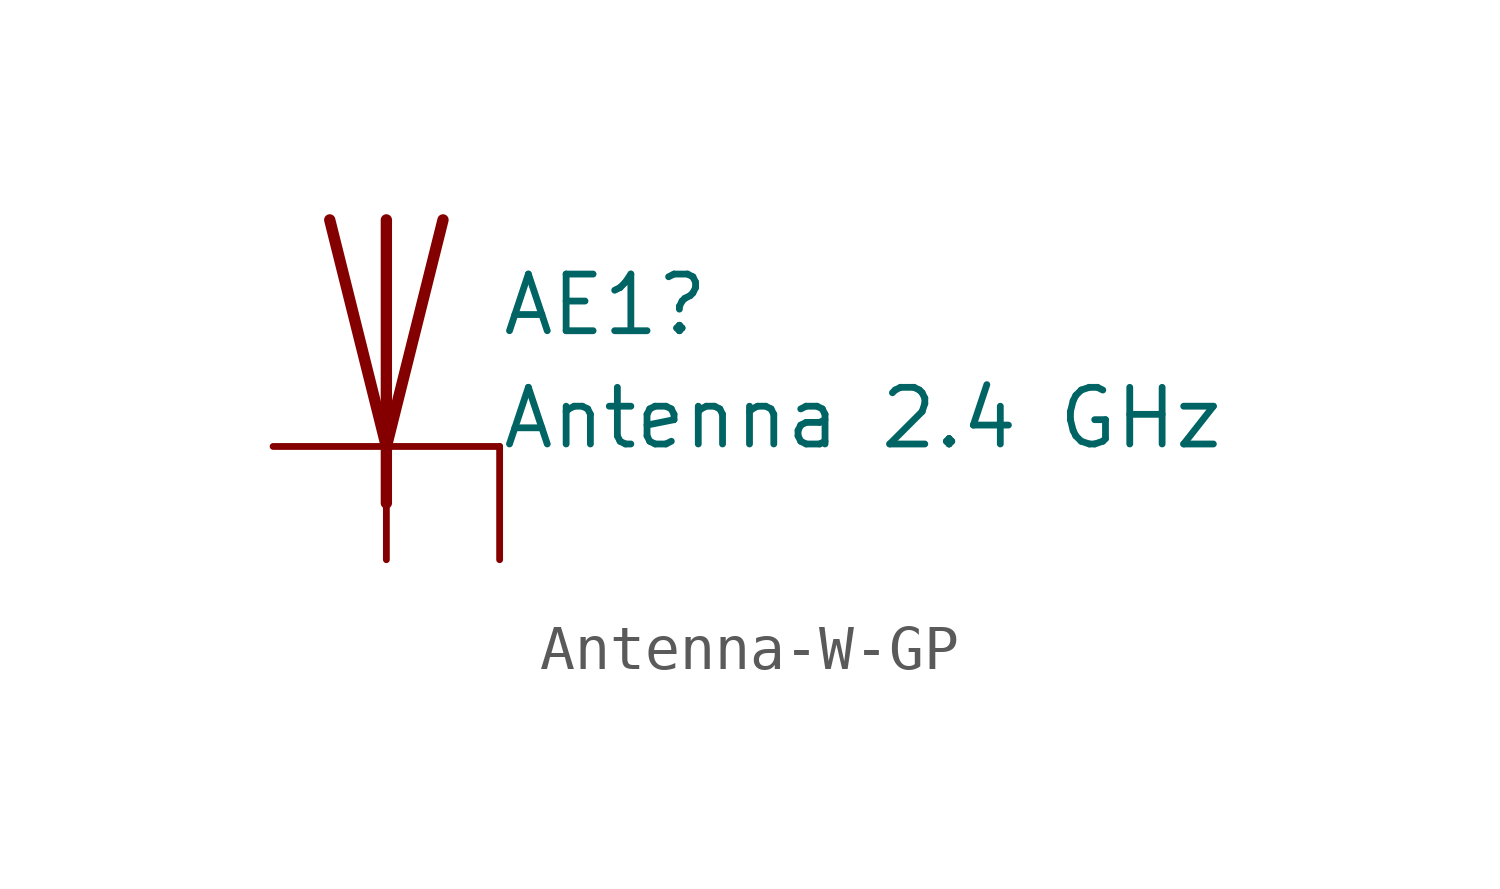
<source format=kicad_sym>
(kicad_symbol_lib
  (version 20241209)
  (generator "kicad_symbol_editor")
  (generator_version "9.0")
  (symbol "Antenna-W-GP"
    (pin_numbers
      (hide yes))
    (pin_names
      (offset 1.016)
      (hide yes))
    (property "Reference" "AE1"
      (at 2.54 0.635 0)
      (effects (font (size 1.27 1.27)) (justify left)))
    (property "Value" "Antenna 2.4 GHz"
      (at 2.54 -1.905 0)
      (effects (font (size 1.27 1.27)) (justify left)))
    (symbol "Antenna-W-GP_0_1"
      (polyline (pts (xy -2.54 -2.54) (xy 2.54 -2.54)) (stroke (width 0) (type default)) (fill (type none)))
      (polyline (pts (xy 0 2.54) (xy 0 -3.81)) (stroke (width 0.254) (type default)) (fill (type none)))
      (polyline (pts (xy 1.27 2.54) (xy 0 -2.54) (xy -1.27 2.54)) (stroke (width 0.254) (type default)) (fill (type none))))
    (symbol "Antenna-W-GP_1_1"
      (pin input line (at 0 -5.08 90) (length 2.54) (name "A" (effects (font (size 1.27 1.27)))) (number "1" (effects (font (size 1.27 1.27)))))
      (pin bidirectional line (at 2.54 -5.08 90) (length 2.54) (name "GND_Plane" (effects (font (size 1.27 1.27)))) (number "2" (effects (font (size 1.27 1.27))))))))
</source>
